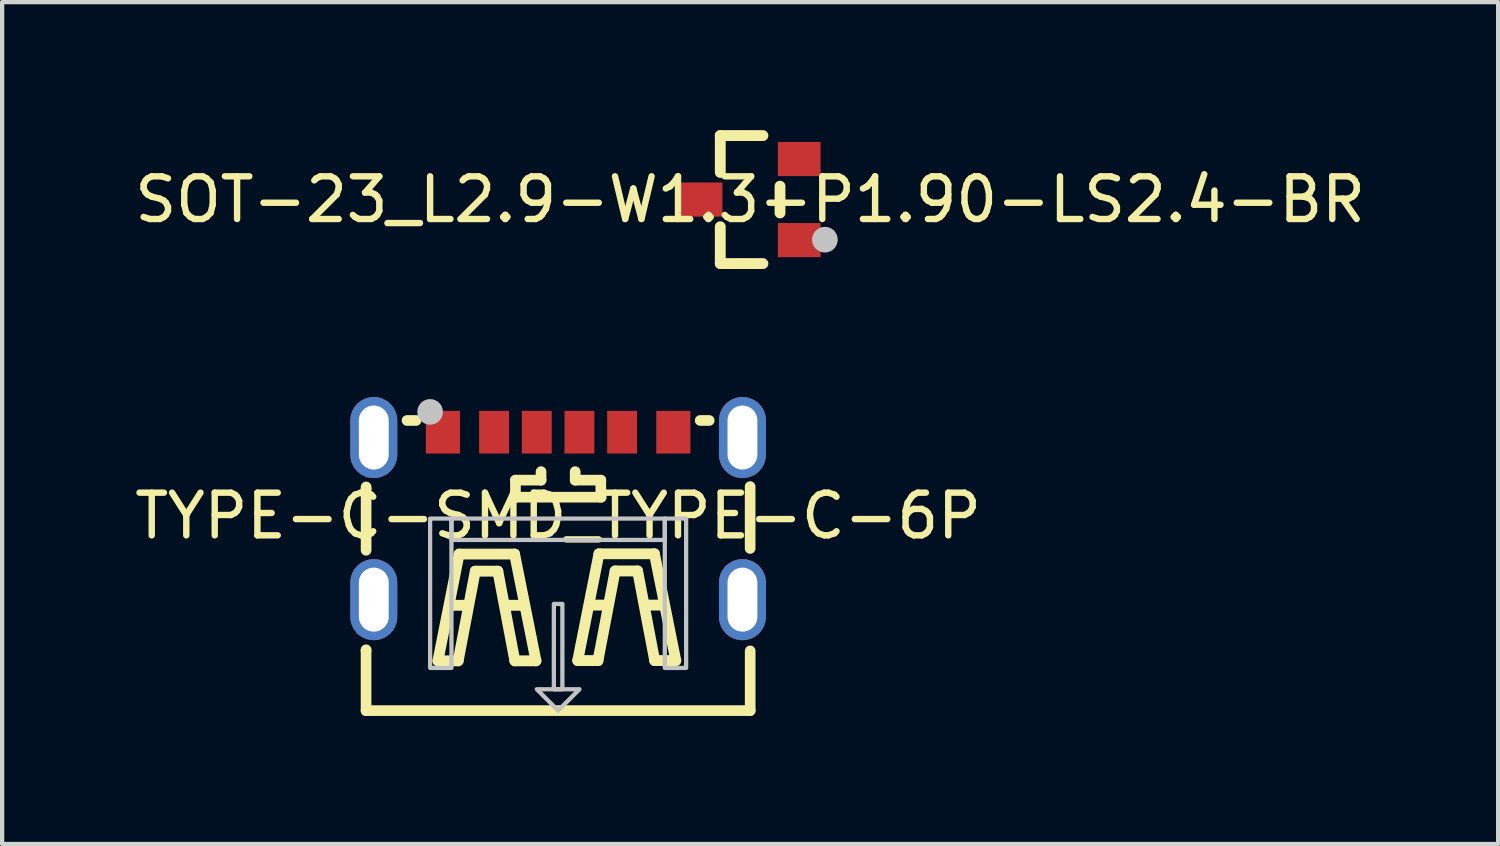
<source format=kicad_pcb>
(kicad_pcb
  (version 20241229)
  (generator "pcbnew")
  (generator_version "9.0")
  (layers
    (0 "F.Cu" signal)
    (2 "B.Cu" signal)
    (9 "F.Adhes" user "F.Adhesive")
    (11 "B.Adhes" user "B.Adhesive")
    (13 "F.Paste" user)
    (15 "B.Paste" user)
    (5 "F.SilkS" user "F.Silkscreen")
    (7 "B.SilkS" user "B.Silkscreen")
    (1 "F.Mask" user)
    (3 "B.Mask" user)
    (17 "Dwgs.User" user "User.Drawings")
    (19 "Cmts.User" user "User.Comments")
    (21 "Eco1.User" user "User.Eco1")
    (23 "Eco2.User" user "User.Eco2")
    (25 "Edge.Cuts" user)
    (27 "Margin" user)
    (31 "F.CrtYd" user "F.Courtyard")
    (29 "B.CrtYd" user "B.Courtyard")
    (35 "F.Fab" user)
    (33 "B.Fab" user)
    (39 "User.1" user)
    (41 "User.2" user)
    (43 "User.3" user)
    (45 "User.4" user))
  (footprint "TYPE-C-SMD_TYPE-C-6P"
    (layer "F.Cu")
    (at 10.03 9.041)
    (property "Reference" "TYPE-C-SMD_TYPE-C-6P" (at 0 0 0) (layer "F.SilkS") (effects (font (size 1 1) (thickness 0.15))))
    (fp_line (start -4.501 3.141) (end -4.501 4.563) (stroke (width 0.25) (type default)) (layer "F.SilkS"))
    (fp_line (start -4.501 3.163) (end -4.501 3.141) (stroke (width 0.25) (type default)) (layer "F.SilkS"))
    (fp_line (start -4.501 4.563) (end 4.501 4.563) (stroke (width 0.25) (type default)) (layer "F.SilkS"))
    (fp_line (start -4.5 -0.637) (end -4.5 -0.679) (stroke (width 0.25) (type default)) (layer "F.SilkS"))
    (fp_line (start -4.5 -0.637) (end -4.5 0.805) (stroke (width 0.25) (type default)) (layer "F.SilkS"))
    (fp_line (start -3.541 -2.237) (end -3.329 -2.237) (stroke (width 0.25) (type default)) (layer "F.SilkS"))
    (fp_line (start -2.817 3.396) (end -2.32 0.894) (stroke (width 0.254) (type default)) (layer "F.SilkS"))
    (fp_line (start -2.518 2.095) (end -2.119 2.095) (stroke (width 0.254) (type default)) (layer "F.SilkS"))
    (fp_line (start -2.342 3.396) (end -2.817 3.396) (stroke (width 0.254) (type default)) (layer "F.SilkS"))
    (fp_line (start -2.32 0.894) (end -1.02 0.894) (stroke (width 0.254) (type default)) (layer "F.SilkS"))
    (fp_line (start -1.942 1.295) (end -2.342 3.396) (stroke (width 0.254) (type default)) (layer "F.SilkS"))
    (fp_line (start -1.413 1.295) (end -1.942 1.295) (stroke (width 0.254) (type default)) (layer "F.SilkS"))
    (fp_line (start -1.218 2.095) (end -0.819 2.095) (stroke (width 0.254) (type default)) (layer "F.SilkS"))
    (fp_line (start -1.02 0.894) (end -0.519 3.396) (stroke (width 0.254) (type default)) (layer "F.SilkS"))
    (fp_line (start -1.014 3.396) (end -1.413 1.295) (stroke (width 0.254) (type default)) (layer "F.SilkS"))
    (fp_line (start -1.01 -0.438) (end 1.01 -0.438) (stroke (width 0.25) (type default)) (layer "F.SilkS"))
    (fp_line (start -1 -0.838) (end -0.4 -0.838) (stroke (width 0.25) (type default)) (layer "F.SilkS"))
    (fp_line (start -1 -0.438) (end -1 -0.838) (stroke (width 0.25) (type default)) (layer "F.SilkS"))
    (fp_line (start -0.519 3.396) (end -1.014 3.396) (stroke (width 0.254) (type default)) (layer "F.SilkS"))
    (fp_line (start -0.4 -0.838) (end -0.4 -1.038) (stroke (width 0.25) (type default)) (layer "F.SilkS"))
    (fp_line (start 0.4 -0.838) (end 0.4 -1.038) (stroke (width 0.25) (type default)) (layer "F.SilkS"))
    (fp_line (start 0.459 3.39) (end 0.957 0.888) (stroke (width 0.254) (type default)) (layer "F.SilkS"))
    (fp_line (start 0.759 2.09) (end 1.157 2.09) (stroke (width 0.254) (type default)) (layer "F.SilkS"))
    (fp_line (start 0.934 3.39) (end 0.459 3.39) (stroke (width 0.254) (type default)) (layer "F.SilkS"))
    (fp_line (start 0.957 0.888) (end 2.257 0.888) (stroke (width 0.254) (type default)) (layer "F.SilkS"))
    (fp_line (start 1 -0.838) (end 0.4 -0.838) (stroke (width 0.25) (type default)) (layer "F.SilkS"))
    (fp_line (start 1 -0.438) (end 1 -0.838) (stroke (width 0.25) (type default)) (layer "F.SilkS"))
    (fp_line (start 1.335 1.29) (end 0.934 3.39) (stroke (width 0.254) (type default)) (layer "F.SilkS"))
    (fp_line (start 1.863 1.29) (end 1.335 1.29) (stroke (width 0.254) (type default)) (layer "F.SilkS"))
    (fp_line (start 2.058 2.09) (end 2.458 2.09) (stroke (width 0.254) (type default)) (layer "F.SilkS"))
    (fp_line (start 2.257 0.888) (end 2.758 3.39) (stroke (width 0.254) (type default)) (layer "F.SilkS"))
    (fp_line (start 2.263 3.39) (end 1.863 1.29) (stroke (width 0.254) (type default)) (layer "F.SilkS"))
    (fp_line (start 2.758 3.39) (end 2.263 3.39) (stroke (width 0.254) (type default)) (layer "F.SilkS"))
    (fp_line (start 3.329 -2.237) (end 3.541 -2.237) (stroke (width 0.25) (type default)) (layer "F.SilkS"))
    (fp_line (start 4.5 0.762) (end 4.5 -0.688) (stroke (width 0.25) (type default)) (layer "F.SilkS"))
    (fp_line (start 4.501 4.563) (end 4.501 3.163) (stroke (width 0.25) (type default)) (layer "F.SilkS"))
    (fp_poly (pts (xy -3.1 -2.462) (xy -2.3 -2.462) (xy -2.3 -1.462) (xy -3.1 -1.462)) (stroke (width 0) (type default)) (fill yes) (layer "F.Paste"))
    (fp_poly (pts (xy -1.85 -2.462) (xy -1.15 -2.462) (xy -1.15 -1.462) (xy -1.85 -1.462)) (stroke (width 0) (type default)) (fill yes) (layer "F.Paste"))
    (fp_poly (pts (xy -0.85 -2.462) (xy -0.15 -2.462) (xy -0.15 -1.462) (xy -0.85 -1.462)) (stroke (width 0) (type default)) (fill yes) (layer "F.Paste"))
    (fp_poly (pts (xy 0.15 -2.462) (xy 0.85 -2.462) (xy 0.85 -1.462) (xy 0.15 -1.462)) (stroke (width 0) (type default)) (fill yes) (layer "F.Paste"))
    (fp_poly (pts (xy 1.15 -2.462) (xy 1.85 -2.462) (xy 1.85 -1.462) (xy 1.15 -1.462)) (stroke (width 0) (type default)) (fill yes) (layer "F.Paste"))
    (fp_poly (pts (xy 2.3 -2.462) (xy 3.1 -2.462) (xy 3.1 -1.462) (xy 2.3 -1.462)) (stroke (width 0) (type default)) (fill yes) (layer "F.Paste"))
    (fp_poly (pts (arc (start -4.87 -2.2375) (mid -4.32 -2.7875) (end -3.77 -2.2375)) (arc (start -3.77 -1.4375) (mid -4.32 -0.8875) (end -4.87 -1.4375))) (stroke (width 0) (type default)) (fill yes) (layer "F.Paste"))
    (fp_poly (pts (arc (start -4.87 1.5625) (mid -4.32 1.0125) (end -3.77 1.5625)) (arc (start -3.77 2.3625) (mid -4.32 2.9125) (end -4.87 2.3625))) (stroke (width 0) (type default)) (fill yes) (layer "F.Paste"))
    (fp_poly (pts (arc (start 3.77 -2.2375) (mid 4.32 -2.7875) (end 4.87 -2.2375)) (arc (start 4.87 -1.4375) (mid 4.32 -0.8875) (end 3.77 -1.4375))) (stroke (width 0) (type default)) (fill yes) (layer "F.Paste"))
    (fp_poly (pts (arc (start 3.77 1.5625) (mid 4.32 1.0125) (end 4.87 1.5625)) (arc (start 4.87 2.3625) (mid 4.32 2.9125) (end 3.77 2.3625))) (stroke (width 0) (type default)) (fill yes) (layer "F.Paste"))
    (fp_circle (center -3 -2.438) (end -2.85 -2.438) (stroke (width 0.3) (type default)) (fill no) (layer "Dwgs.User"))
    (fp_poly (pts (xy -0.5 4.062) (xy 0.5 4.062) (xy 0 4.562)) (stroke (width 0.1) (type default)) (fill no) (layer "Dwgs.User"))
    (fp_poly (pts (xy -3 3.562) (xy -3 0.062) (xy -2.5 0.062) (xy -2.5 3.562)) (stroke (width 0.1) (type default)) (fill no) (layer "Dwgs.User"))
    (fp_poly (pts (xy -2.5 0.062) (xy 2.5 0.062) (xy 2.5 0.562) (xy -2.5 0.562)) (stroke (width 0.1) (type default)) (fill no) (layer "Dwgs.User"))
    (fp_poly (pts (xy 3 3.562) (xy 3 0.062) (xy 2.5 0.062) (xy 2.5 3.562)) (stroke (width 0.1) (type default)) (fill no) (layer "Dwgs.User"))
    (fp_poly (pts (xy 0 4.062) (xy -0.1 4.062) (xy -0.1 2.062) (xy 0.1 2.062) (xy 0.1 4.062)) (stroke (width 0.1) (type default)) (fill no) (layer "Dwgs.User"))
    (fp_poly (pts (xy -4.47 -2.237) (xy -4.17 -2.237) (xy -4.17 -1.438) (xy -4.47 -1.438)) (stroke (width 0.1) (type default)) (fill no) (layer "User.1"))
    (fp_poly (pts (xy -4.47 1.562) (xy -4.17 1.562) (xy -4.17 2.362) (xy -4.47 2.362)) (stroke (width 0.1) (type default)) (fill no) (layer "User.1"))
    (fp_poly (pts (xy -3 -2.212) (xy -2.4 -2.212) (xy -2.4 -1.462) (xy -3 -1.462)) (stroke (width 0.1) (type default)) (fill no) (layer "User.1"))
    (fp_poly (pts (xy -1.78 -2.212) (xy -1.22 -2.212) (xy -1.22 -1.462) (xy -1.78 -1.462)) (stroke (width 0.1) (type default)) (fill no) (layer "User.1"))
    (fp_poly (pts (xy -0.76 -2.212) (xy -0.24 -2.212) (xy -0.24 -1.462) (xy -0.76 -1.462)) (stroke (width 0.1) (type default)) (fill no) (layer "User.1"))
    (fp_poly (pts (xy 0.24 -2.212) (xy 0.76 -2.212) (xy 0.76 -1.462) (xy 0.24 -1.462)) (stroke (width 0.1) (type default)) (fill no) (layer "User.1"))
    (fp_poly (pts (xy 1.22 -2.212) (xy 1.78 -2.212) (xy 1.78 -1.462) (xy 1.22 -1.462)) (stroke (width 0.1) (type default)) (fill no) (layer "User.1"))
    (fp_poly (pts (xy 2.4 -2.212) (xy 3 -2.212) (xy 3 -1.462) (xy 2.4 -1.462)) (stroke (width 0.1) (type default)) (fill no) (layer "User.1"))
    (fp_poly (pts (xy 4.17 -2.237) (xy 4.47 -2.237) (xy 4.47 -1.438) (xy 4.17 -1.438)) (stroke (width 0.1) (type default)) (fill no) (layer "User.1"))
    (fp_poly (pts (xy 4.17 1.562) (xy 4.47 1.562) (xy 4.47 2.362) (xy 4.17 2.362)) (stroke (width 0.1) (type default)) (fill no) (layer "User.1"))
    (fp_line (start -4.47 -2.237) (end 4.47 -2.237) (stroke (width 0.051) (type default)) (layer "User.2"))
    (fp_line (start -4.47 4.562) (end -4.47 -2.237) (stroke (width 0.051) (type default)) (layer "User.2"))
    (fp_line (start 4.47 -2.237) (end 4.47 4.562) (stroke (width 0.051) (type default)) (layer "User.2"))
    (fp_line (start 4.47 4.562) (end -4.47 4.562) (stroke (width 0.051) (type default)) (layer "User.2"))
    (fp_poly (pts (xy 4.53 4.562) (xy 4.512 4.52) (xy 4.47 4.503) (xy 4.428 4.52) (xy 4.41 4.562) (xy 4.428 4.605) (xy 4.47 4.622) (xy 4.512 4.605)) (stroke (width 0.1) (type default)) (fill no) (layer "User.3"))
    (pad "7" thru_hole oval (at -4.32 -1.837) (size 1.1 1.9) (drill oval 0.7 1.5) (layers "*.Cu" "*.Mask"))
    (pad "7" thru_hole oval (at -4.32 1.962) (size 1.1 1.9) (drill oval 0.7 1.5) (layers "*.Cu" "*.Mask"))
    (pad "7" thru_hole oval (at 4.32 -1.837) (size 1.1 1.9) (drill oval 0.7 1.5) (layers "*.Cu" "*.Mask"))
    (pad "7" thru_hole oval (at 4.32 1.962) (size 1.1 1.9) (drill oval 0.7 1.5) (layers "*.Cu" "*.Mask"))
    (pad "A5" smd rect (at -0.5 -1.962) (size 0.7 1) (layers "F.Cu" "F.Mask" "F.Paste"))
    (pad "A9" smd rect (at 1.5 -1.962) (size 0.7 1) (layers "F.Cu" "F.Mask" "F.Paste"))
    (pad "A12" smd rect (at 2.7 -1.962) (size 0.8 1) (layers "F.Cu" "F.Mask" "F.Paste"))
    (pad "B5" smd rect (at 0.5 -1.962) (size 0.7 1) (layers "F.Cu" "F.Mask" "F.Paste"))
    (pad "B9" smd rect (at -1.5 -1.962) (size 0.7 1) (layers "F.Cu" "F.Mask" "F.Paste"))
    (pad "B12" smd rect (at -2.7 -1.962) (size 0.8 1) (layers "F.Cu" "F.Mask" "F.Paste")))
  (footprint "SOT-23_L2.9-W1.3-P1.90-LS2.4-BR"
    (layer "F.Cu")
    (at 14.53 1.627)
    (property "Reference" "SOT-23_L2.9-W1.3-P1.90-LS2.4-BR" (at 0 0 0) (layer "F.SilkS") (effects (font (size 1 1) (thickness 0.15))))
    (fp_line (start -0.7 -1.5) (end 0.3 -1.5) (stroke (width 0.254) (type default)) (layer "F.SilkS"))
    (fp_line (start -0.7 -0.636) (end -0.7 -1.5) (stroke (width 0.254) (type default)) (layer "F.SilkS"))
    (fp_line (start -0.7 1.5) (end -0.7 0.636) (stroke (width 0.254) (type default)) (layer "F.SilkS"))
    (fp_line (start -0.7 1.5) (end 0.3 1.5) (stroke (width 0.254) (type default)) (layer "F.SilkS"))
    (fp_line (start 0.7 0.314) (end 0.7 -0.314) (stroke (width 0.254) (type default)) (layer "F.SilkS"))
    (fp_circle (center 1.752 0.94) (end 1.903 0.94) (stroke (width 0.3) (type default)) (fill no) (layer "Dwgs.User"))
    (fp_poly (pts (xy -1.2 0.2) (xy -1.2 -0.2) (xy -0.8 -0.2) (xy -0.8 0.2)) (stroke (width 0.1) (type default)) (fill no) (layer "User.1"))
    (fp_poly (pts (xy -0.81 0.2) (xy -0.81 -0.2) (xy -0.64 -0.2) (xy -0.64 0.2)) (stroke (width 0.1) (type default)) (fill no) (layer "User.1"))
    (fp_poly (pts (xy 0.64 -0.75) (xy 0.64 -1.15) (xy 0.81 -1.15) (xy 0.81 -0.75)) (stroke (width 0.1) (type default)) (fill no) (layer "User.1"))
    (fp_poly (pts (xy 0.64 1.15) (xy 0.64 0.75) (xy 0.81 0.75) (xy 0.81 1.15)) (stroke (width 0.1) (type default)) (fill no) (layer "User.1"))
    (fp_poly (pts (xy 0.8 -0.75) (xy 0.8 -1.15) (xy 1.2 -1.15) (xy 1.2 -0.75)) (stroke (width 0.1) (type default)) (fill no) (layer "User.1"))
    (fp_poly (pts (xy 0.8 1.15) (xy 0.8 0.75) (xy 1.2 0.75) (xy 1.2 1.15)) (stroke (width 0.1) (type default)) (fill no) (layer "User.1"))
    (fp_line (start -0.65 -1.45) (end 0.65 -1.45) (stroke (width 0.051) (type default)) (layer "User.2"))
    (fp_line (start -0.65 1.45) (end -0.65 -1.45) (stroke (width 0.051) (type default)) (layer "User.2"))
    (fp_line (start 0.65 -1.45) (end 0.65 1.45) (stroke (width 0.051) (type default)) (layer "User.2"))
    (fp_line (start 0.65 1.45) (end -0.65 1.45) (stroke (width 0.051) (type default)) (layer "User.2"))
    (fp_poly (pts (xy 1.26 1.45) (xy 1.242 1.408) (xy 1.2 1.39) (xy 1.158 1.408) (xy 1.14 1.45) (xy 1.158 1.492) (xy 1.2 1.51) (xy 1.242 1.492)) (stroke (width 0.1) (type default)) (fill no) (layer "User.3"))
    (pad "1" smd rect (at 1.15 0.95 180) (size 1 0.8) (layers "F.Cu" "F.Mask" "F.Paste"))
    (pad "2" smd rect (at 1.15 -0.95 180) (size 1 0.8) (layers "F.Cu" "F.Mask" "F.Paste"))
    (pad "3" smd rect (at -1.15 0 180) (size 1 0.8) (layers "F.Cu" "F.Mask" "F.Paste")))
  (gr_rect
    (start -3 -3)
    (end 32.06 16.73)
    (stroke (width 0.1) (type default))
    (fill no)
    (layer "Edge.Cuts")))
</source>
